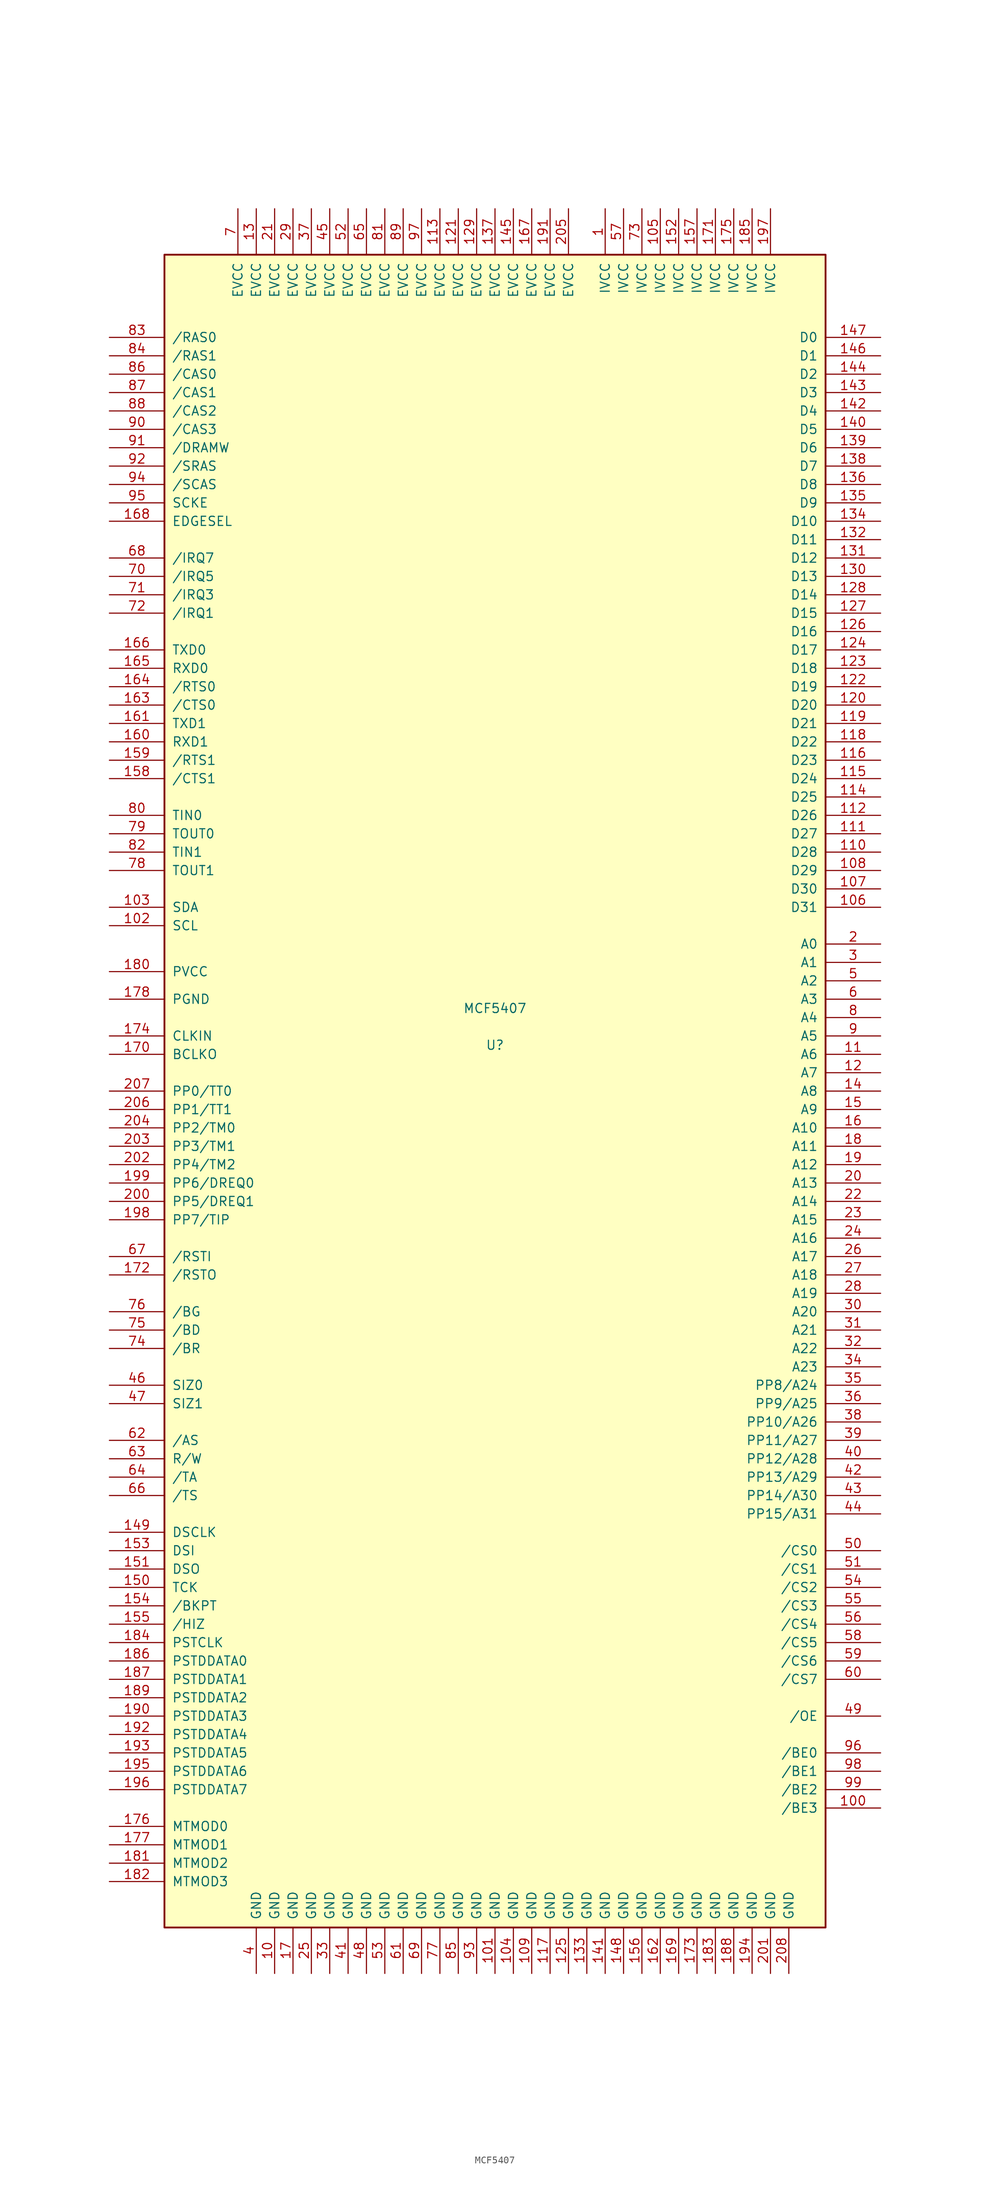
<source format=kicad_sym>
(kicad_symbol_lib
  (version 20211014)
  (generator kicad_symbol_editor)
  (symbol "MCF5407"
    (pin_names
      (offset 1.016))
    (property "Reference" "U"
      (at 0 6.35 0)
      (effects (font (size 1.27 1.27))))
    (property "Value" "MCF5407"
      (at 0 11.43 0)
      (effects (font (size 1.27 1.27))))
    (symbol "MCF5407_0_1"
      (rectangle (start -45.72 115.57) (end 45.72 -115.57) (stroke (width 0.254) (type default) (color 0 0 0 0)) (fill (type background))))
    (symbol "MCF5407_1_1"
      (pin power_in line (at 15.24 121.92 270) (length 6.35) (name "IVCC" (effects (font (size 1.27 1.27)))) (number "1" (effects (font (size 1.27 1.27)))))
      (pin power_in line (at -30.48 -121.92 90) (length 6.35) (name "GND" (effects (font (size 1.27 1.27)))) (number "10" (effects (font (size 1.27 1.27)))))
      (pin bidirectional line (at 53.34 -99.06 180) (length 7.62) (name "/BE3" (effects (font (size 1.27 1.27)))) (number "100" (effects (font (size 1.27 1.27)))))
      (pin power_in line (at 0 -121.92 90) (length 6.35) (name "GND" (effects (font (size 1.27 1.27)))) (number "101" (effects (font (size 1.27 1.27)))))
      (pin bidirectional line (at -53.34 22.86 0) (length 7.62) (name "SCL" (effects (font (size 1.27 1.27)))) (number "102" (effects (font (size 1.27 1.27)))))
      (pin bidirectional line (at -53.34 25.4 0) (length 7.62) (name "SDA" (effects (font (size 1.27 1.27)))) (number "103" (effects (font (size 1.27 1.27)))))
      (pin power_in line (at 2.54 -121.92 90) (length 6.35) (name "GND" (effects (font (size 1.27 1.27)))) (number "104" (effects (font (size 1.27 1.27)))))
      (pin power_in line (at 22.86 121.92 270) (length 6.35) (name "IVCC" (effects (font (size 1.27 1.27)))) (number "105" (effects (font (size 1.27 1.27)))))
      (pin bidirectional line (at 53.34 25.4 180) (length 7.62) (name "D31" (effects (font (size 1.27 1.27)))) (number "106" (effects (font (size 1.27 1.27)))))
      (pin bidirectional line (at 53.34 27.94 180) (length 7.62) (name "D30" (effects (font (size 1.27 1.27)))) (number "107" (effects (font (size 1.27 1.27)))))
      (pin bidirectional line (at 53.34 30.48 180) (length 7.62) (name "D29" (effects (font (size 1.27 1.27)))) (number "108" (effects (font (size 1.27 1.27)))))
      (pin power_in line (at 5.08 -121.92 90) (length 6.35) (name "GND" (effects (font (size 1.27 1.27)))) (number "109" (effects (font (size 1.27 1.27)))))
      (pin bidirectional line (at 53.34 5.08 180) (length 7.62) (name "A6" (effects (font (size 1.27 1.27)))) (number "11" (effects (font (size 1.27 1.27)))))
      (pin bidirectional line (at 53.34 33.02 180) (length 7.62) (name "D28" (effects (font (size 1.27 1.27)))) (number "110" (effects (font (size 1.27 1.27)))))
      (pin bidirectional line (at 53.34 35.56 180) (length 7.62) (name "D27" (effects (font (size 1.27 1.27)))) (number "111" (effects (font (size 1.27 1.27)))))
      (pin bidirectional line (at 53.34 38.1 180) (length 7.62) (name "D26" (effects (font (size 1.27 1.27)))) (number "112" (effects (font (size 1.27 1.27)))))
      (pin power_in line (at -7.62 121.92 270) (length 6.35) (name "EVCC" (effects (font (size 1.27 1.27)))) (number "113" (effects (font (size 1.27 1.27)))))
      (pin bidirectional line (at 53.34 40.64 180) (length 7.62) (name "D25" (effects (font (size 1.27 1.27)))) (number "114" (effects (font (size 1.27 1.27)))))
      (pin bidirectional line (at 53.34 43.18 180) (length 7.62) (name "D24" (effects (font (size 1.27 1.27)))) (number "115" (effects (font (size 1.27 1.27)))))
      (pin bidirectional line (at 53.34 45.72 180) (length 7.62) (name "D23" (effects (font (size 1.27 1.27)))) (number "116" (effects (font (size 1.27 1.27)))))
      (pin power_in line (at 7.62 -121.92 90) (length 6.35) (name "GND" (effects (font (size 1.27 1.27)))) (number "117" (effects (font (size 1.27 1.27)))))
      (pin bidirectional line (at 53.34 48.26 180) (length 7.62) (name "D22" (effects (font (size 1.27 1.27)))) (number "118" (effects (font (size 1.27 1.27)))))
      (pin bidirectional line (at 53.34 50.8 180) (length 7.62) (name "D21" (effects (font (size 1.27 1.27)))) (number "119" (effects (font (size 1.27 1.27)))))
      (pin bidirectional line (at 53.34 2.54 180) (length 7.62) (name "A7" (effects (font (size 1.27 1.27)))) (number "12" (effects (font (size 1.27 1.27)))))
      (pin bidirectional line (at 53.34 53.34 180) (length 7.62) (name "D20" (effects (font (size 1.27 1.27)))) (number "120" (effects (font (size 1.27 1.27)))))
      (pin power_in line (at -5.08 121.92 270) (length 6.35) (name "EVCC" (effects (font (size 1.27 1.27)))) (number "121" (effects (font (size 1.27 1.27)))))
      (pin bidirectional line (at 53.34 55.88 180) (length 7.62) (name "D19" (effects (font (size 1.27 1.27)))) (number "122" (effects (font (size 1.27 1.27)))))
      (pin bidirectional line (at 53.34 58.42 180) (length 7.62) (name "D18" (effects (font (size 1.27 1.27)))) (number "123" (effects (font (size 1.27 1.27)))))
      (pin bidirectional line (at 53.34 60.96 180) (length 7.62) (name "D17" (effects (font (size 1.27 1.27)))) (number "124" (effects (font (size 1.27 1.27)))))
      (pin power_in line (at 10.16 -121.92 90) (length 6.35) (name "GND" (effects (font (size 1.27 1.27)))) (number "125" (effects (font (size 1.27 1.27)))))
      (pin bidirectional line (at 53.34 63.5 180) (length 7.62) (name "D16" (effects (font (size 1.27 1.27)))) (number "126" (effects (font (size 1.27 1.27)))))
      (pin bidirectional line (at 53.34 66.04 180) (length 7.62) (name "D15" (effects (font (size 1.27 1.27)))) (number "127" (effects (font (size 1.27 1.27)))))
      (pin bidirectional line (at 53.34 68.58 180) (length 7.62) (name "D14" (effects (font (size 1.27 1.27)))) (number "128" (effects (font (size 1.27 1.27)))))
      (pin power_in line (at -2.54 121.92 270) (length 6.35) (name "EVCC" (effects (font (size 1.27 1.27)))) (number "129" (effects (font (size 1.27 1.27)))))
      (pin power_in line (at -33.02 121.92 270) (length 6.35) (name "EVCC" (effects (font (size 1.27 1.27)))) (number "13" (effects (font (size 1.27 1.27)))))
      (pin bidirectional line (at 53.34 71.12 180) (length 7.62) (name "D13" (effects (font (size 1.27 1.27)))) (number "130" (effects (font (size 1.27 1.27)))))
      (pin bidirectional line (at 53.34 73.66 180) (length 7.62) (name "D12" (effects (font (size 1.27 1.27)))) (number "131" (effects (font (size 1.27 1.27)))))
      (pin bidirectional line (at 53.34 76.2 180) (length 7.62) (name "D11" (effects (font (size 1.27 1.27)))) (number "132" (effects (font (size 1.27 1.27)))))
      (pin power_in line (at 12.7 -121.92 90) (length 6.35) (name "GND" (effects (font (size 1.27 1.27)))) (number "133" (effects (font (size 1.27 1.27)))))
      (pin bidirectional line (at 53.34 78.74 180) (length 7.62) (name "D10" (effects (font (size 1.27 1.27)))) (number "134" (effects (font (size 1.27 1.27)))))
      (pin bidirectional line (at 53.34 81.28 180) (length 7.62) (name "D9" (effects (font (size 1.27 1.27)))) (number "135" (effects (font (size 1.27 1.27)))))
      (pin bidirectional line (at 53.34 83.82 180) (length 7.62) (name "D8" (effects (font (size 1.27 1.27)))) (number "136" (effects (font (size 1.27 1.27)))))
      (pin power_in line (at 0 121.92 270) (length 6.35) (name "EVCC" (effects (font (size 1.27 1.27)))) (number "137" (effects (font (size 1.27 1.27)))))
      (pin bidirectional line (at 53.34 86.36 180) (length 7.62) (name "D7" (effects (font (size 1.27 1.27)))) (number "138" (effects (font (size 1.27 1.27)))))
      (pin bidirectional line (at 53.34 88.9 180) (length 7.62) (name "D6" (effects (font (size 1.27 1.27)))) (number "139" (effects (font (size 1.27 1.27)))))
      (pin bidirectional line (at 53.34 0 180) (length 7.62) (name "A8" (effects (font (size 1.27 1.27)))) (number "14" (effects (font (size 1.27 1.27)))))
      (pin bidirectional line (at 53.34 91.44 180) (length 7.62) (name "D5" (effects (font (size 1.27 1.27)))) (number "140" (effects (font (size 1.27 1.27)))))
      (pin power_in line (at 15.24 -121.92 90) (length 6.35) (name "GND" (effects (font (size 1.27 1.27)))) (number "141" (effects (font (size 1.27 1.27)))))
      (pin bidirectional line (at 53.34 93.98 180) (length 7.62) (name "D4" (effects (font (size 1.27 1.27)))) (number "142" (effects (font (size 1.27 1.27)))))
      (pin bidirectional line (at 53.34 96.52 180) (length 7.62) (name "D3" (effects (font (size 1.27 1.27)))) (number "143" (effects (font (size 1.27 1.27)))))
      (pin bidirectional line (at 53.34 99.06 180) (length 7.62) (name "D2" (effects (font (size 1.27 1.27)))) (number "144" (effects (font (size 1.27 1.27)))))
      (pin power_in line (at 2.54 121.92 270) (length 6.35) (name "EVCC" (effects (font (size 1.27 1.27)))) (number "145" (effects (font (size 1.27 1.27)))))
      (pin bidirectional line (at 53.34 101.6 180) (length 7.62) (name "D1" (effects (font (size 1.27 1.27)))) (number "146" (effects (font (size 1.27 1.27)))))
      (pin bidirectional line (at 53.34 104.14 180) (length 7.62) (name "D0" (effects (font (size 1.27 1.27)))) (number "147" (effects (font (size 1.27 1.27)))))
      (pin power_in line (at 17.78 -121.92 90) (length 6.35) (name "GND" (effects (font (size 1.27 1.27)))) (number "148" (effects (font (size 1.27 1.27)))))
      (pin input line (at -53.34 -60.96 0) (length 7.62) (name "DSCLK" (effects (font (size 1.27 1.27)))) (number "149" (effects (font (size 1.27 1.27)))))
      (pin bidirectional line (at 53.34 -2.54 180) (length 7.62) (name "A9" (effects (font (size 1.27 1.27)))) (number "15" (effects (font (size 1.27 1.27)))))
      (pin input line (at -53.34 -68.58 0) (length 7.62) (name "TCK" (effects (font (size 1.27 1.27)))) (number "150" (effects (font (size 1.27 1.27)))))
      (pin output line (at -53.34 -66.04 0) (length 7.62) (name "DSO" (effects (font (size 1.27 1.27)))) (number "151" (effects (font (size 1.27 1.27)))))
      (pin power_in line (at 25.4 121.92 270) (length 6.35) (name "IVCC" (effects (font (size 1.27 1.27)))) (number "152" (effects (font (size 1.27 1.27)))))
      (pin input line (at -53.34 -63.5 0) (length 7.62) (name "DSI" (effects (font (size 1.27 1.27)))) (number "153" (effects (font (size 1.27 1.27)))))
      (pin input line (at -53.34 -71.12 0) (length 7.62) (name "/BKPT" (effects (font (size 1.27 1.27)))) (number "154" (effects (font (size 1.27 1.27)))))
      (pin input line (at -53.34 -73.66 0) (length 7.62) (name "/HIZ" (effects (font (size 1.27 1.27)))) (number "155" (effects (font (size 1.27 1.27)))))
      (pin power_in line (at 20.32 -121.92 90) (length 6.35) (name "GND" (effects (font (size 1.27 1.27)))) (number "156" (effects (font (size 1.27 1.27)))))
      (pin power_in line (at 27.94 121.92 270) (length 6.35) (name "IVCC" (effects (font (size 1.27 1.27)))) (number "157" (effects (font (size 1.27 1.27)))))
      (pin input line (at -53.34 43.18 0) (length 7.62) (name "/CTS1" (effects (font (size 1.27 1.27)))) (number "158" (effects (font (size 1.27 1.27)))))
      (pin output line (at -53.34 45.72 0) (length 7.62) (name "/RTS1" (effects (font (size 1.27 1.27)))) (number "159" (effects (font (size 1.27 1.27)))))
      (pin bidirectional line (at 53.34 -5.08 180) (length 7.62) (name "A10" (effects (font (size 1.27 1.27)))) (number "16" (effects (font (size 1.27 1.27)))))
      (pin input line (at -53.34 48.26 0) (length 7.62) (name "RXD1" (effects (font (size 1.27 1.27)))) (number "160" (effects (font (size 1.27 1.27)))))
      (pin output line (at -53.34 50.8 0) (length 7.62) (name "TXD1" (effects (font (size 1.27 1.27)))) (number "161" (effects (font (size 1.27 1.27)))))
      (pin power_in line (at 22.86 -121.92 90) (length 6.35) (name "GND" (effects (font (size 1.27 1.27)))) (number "162" (effects (font (size 1.27 1.27)))))
      (pin input line (at -53.34 53.34 0) (length 7.62) (name "/CTS0" (effects (font (size 1.27 1.27)))) (number "163" (effects (font (size 1.27 1.27)))))
      (pin output line (at -53.34 55.88 0) (length 7.62) (name "/RTS0" (effects (font (size 1.27 1.27)))) (number "164" (effects (font (size 1.27 1.27)))))
      (pin input line (at -53.34 58.42 0) (length 7.62) (name "RXD0" (effects (font (size 1.27 1.27)))) (number "165" (effects (font (size 1.27 1.27)))))
      (pin output line (at -53.34 60.96 0) (length 7.62) (name "TXD0" (effects (font (size 1.27 1.27)))) (number "166" (effects (font (size 1.27 1.27)))))
      (pin power_in line (at 5.08 121.92 270) (length 6.35) (name "EVCC" (effects (font (size 1.27 1.27)))) (number "167" (effects (font (size 1.27 1.27)))))
      (pin input line (at -53.34 78.74 0) (length 7.62) (name "EDGESEL" (effects (font (size 1.27 1.27)))) (number "168" (effects (font (size 1.27 1.27)))))
      (pin power_in line (at 25.4 -121.92 90) (length 6.35) (name "GND" (effects (font (size 1.27 1.27)))) (number "169" (effects (font (size 1.27 1.27)))))
      (pin power_in line (at -27.94 -121.92 90) (length 6.35) (name "GND" (effects (font (size 1.27 1.27)))) (number "17" (effects (font (size 1.27 1.27)))))
      (pin output line (at -53.34 5.08 0) (length 7.62) (name "BCLKO" (effects (font (size 1.27 1.27)))) (number "170" (effects (font (size 1.27 1.27)))))
      (pin power_in line (at 30.48 121.92 270) (length 6.35) (name "IVCC" (effects (font (size 1.27 1.27)))) (number "171" (effects (font (size 1.27 1.27)))))
      (pin output line (at -53.34 -25.4 0) (length 7.62) (name "/RSTO" (effects (font (size 1.27 1.27)))) (number "172" (effects (font (size 1.27 1.27)))))
      (pin power_in line (at 27.94 -121.92 90) (length 6.35) (name "GND" (effects (font (size 1.27 1.27)))) (number "173" (effects (font (size 1.27 1.27)))))
      (pin output line (at -53.34 7.62 0) (length 7.62) (name "CLKIN" (effects (font (size 1.27 1.27)))) (number "174" (effects (font (size 1.27 1.27)))))
      (pin power_in line (at 33.02 121.92 270) (length 6.35) (name "IVCC" (effects (font (size 1.27 1.27)))) (number "175" (effects (font (size 1.27 1.27)))))
      (pin input line (at -53.34 -101.6 0) (length 7.62) (name "MTMOD0" (effects (font (size 1.27 1.27)))) (number "176" (effects (font (size 1.27 1.27)))))
      (pin input line (at -53.34 -104.14 0) (length 7.62) (name "MTMOD1" (effects (font (size 1.27 1.27)))) (number "177" (effects (font (size 1.27 1.27)))))
      (pin passive line (at -53.34 12.7 0) (length 7.62) (name "PGND" (effects (font (size 1.27 1.27)))) (number "178" (effects (font (size 1.27 1.27)))))
      (pin bidirectional line (at 53.34 -7.62 180) (length 7.62) (name "A11" (effects (font (size 1.27 1.27)))) (number "18" (effects (font (size 1.27 1.27)))))
      (pin passive line (at -53.34 16.51 0) (length 7.62) (name "PVCC" (effects (font (size 1.27 1.27)))) (number "180" (effects (font (size 1.27 1.27)))))
      (pin input line (at -53.34 -106.68 0) (length 7.62) (name "MTMOD2" (effects (font (size 1.27 1.27)))) (number "181" (effects (font (size 1.27 1.27)))))
      (pin input line (at -53.34 -109.22 0) (length 7.62) (name "MTMOD3" (effects (font (size 1.27 1.27)))) (number "182" (effects (font (size 1.27 1.27)))))
      (pin power_in line (at 30.48 -121.92 90) (length 6.35) (name "GND" (effects (font (size 1.27 1.27)))) (number "183" (effects (font (size 1.27 1.27)))))
      (pin output line (at -53.34 -76.2 0) (length 7.62) (name "PSTCLK" (effects (font (size 1.27 1.27)))) (number "184" (effects (font (size 1.27 1.27)))))
      (pin power_in line (at 35.56 121.92 270) (length 6.35) (name "IVCC" (effects (font (size 1.27 1.27)))) (number "185" (effects (font (size 1.27 1.27)))))
      (pin output line (at -53.34 -78.74 0) (length 7.62) (name "PSTDDATA0" (effects (font (size 1.27 1.27)))) (number "186" (effects (font (size 1.27 1.27)))))
      (pin output line (at -53.34 -81.28 0) (length 7.62) (name "PSTDDATA1" (effects (font (size 1.27 1.27)))) (number "187" (effects (font (size 1.27 1.27)))))
      (pin power_in line (at 33.02 -121.92 90) (length 6.35) (name "GND" (effects (font (size 1.27 1.27)))) (number "188" (effects (font (size 1.27 1.27)))))
      (pin output line (at -53.34 -83.82 0) (length 7.62) (name "PSTDDATA2" (effects (font (size 1.27 1.27)))) (number "189" (effects (font (size 1.27 1.27)))))
      (pin bidirectional line (at 53.34 -10.16 180) (length 7.62) (name "A12" (effects (font (size 1.27 1.27)))) (number "19" (effects (font (size 1.27 1.27)))))
      (pin output line (at -53.34 -86.36 0) (length 7.62) (name "PSTDDATA3" (effects (font (size 1.27 1.27)))) (number "190" (effects (font (size 1.27 1.27)))))
      (pin power_in line (at 7.62 121.92 270) (length 6.35) (name "EVCC" (effects (font (size 1.27 1.27)))) (number "191" (effects (font (size 1.27 1.27)))))
      (pin output line (at -53.34 -88.9 0) (length 7.62) (name "PSTDDATA4" (effects (font (size 1.27 1.27)))) (number "192" (effects (font (size 1.27 1.27)))))
      (pin output line (at -53.34 -91.44 0) (length 7.62) (name "PSTDDATA5" (effects (font (size 1.27 1.27)))) (number "193" (effects (font (size 1.27 1.27)))))
      (pin power_in line (at 35.56 -121.92 90) (length 6.35) (name "GND" (effects (font (size 1.27 1.27)))) (number "194" (effects (font (size 1.27 1.27)))))
      (pin output line (at -53.34 -93.98 0) (length 7.62) (name "PSTDDATA6" (effects (font (size 1.27 1.27)))) (number "195" (effects (font (size 1.27 1.27)))))
      (pin output line (at -53.34 -96.52 0) (length 7.62) (name "PSTDDATA7" (effects (font (size 1.27 1.27)))) (number "196" (effects (font (size 1.27 1.27)))))
      (pin power_in line (at 38.1 121.92 270) (length 6.35) (name "IVCC" (effects (font (size 1.27 1.27)))) (number "197" (effects (font (size 1.27 1.27)))))
      (pin bidirectional line (at -53.34 -17.78 0) (length 7.62) (name "PP7/TIP" (effects (font (size 1.27 1.27)))) (number "198" (effects (font (size 1.27 1.27)))))
      (pin bidirectional line (at -53.34 -12.7 0) (length 7.62) (name "PP6/DREQ0" (effects (font (size 1.27 1.27)))) (number "199" (effects (font (size 1.27 1.27)))))
      (pin bidirectional line (at 53.34 20.32 180) (length 7.62) (name "A0" (effects (font (size 1.27 1.27)))) (number "2" (effects (font (size 1.27 1.27)))))
      (pin bidirectional line (at 53.34 -12.7 180) (length 7.62) (name "A13" (effects (font (size 1.27 1.27)))) (number "20" (effects (font (size 1.27 1.27)))))
      (pin bidirectional line (at -53.34 -15.24 0) (length 7.62) (name "PP5/DREQ1" (effects (font (size 1.27 1.27)))) (number "200" (effects (font (size 1.27 1.27)))))
      (pin power_in line (at 38.1 -121.92 90) (length 6.35) (name "GND" (effects (font (size 1.27 1.27)))) (number "201" (effects (font (size 1.27 1.27)))))
      (pin bidirectional line (at -53.34 -10.16 0) (length 7.62) (name "PP4/TM2" (effects (font (size 1.27 1.27)))) (number "202" (effects (font (size 1.27 1.27)))))
      (pin bidirectional line (at -53.34 -7.62 0) (length 7.62) (name "PP3/TM1" (effects (font (size 1.27 1.27)))) (number "203" (effects (font (size 1.27 1.27)))))
      (pin bidirectional line (at -53.34 -5.08 0) (length 7.62) (name "PP2/TM0" (effects (font (size 1.27 1.27)))) (number "204" (effects (font (size 1.27 1.27)))))
      (pin power_in line (at 10.16 121.92 270) (length 6.35) (name "EVCC" (effects (font (size 1.27 1.27)))) (number "205" (effects (font (size 1.27 1.27)))))
      (pin bidirectional line (at -53.34 -2.54 0) (length 7.62) (name "PP1/TT1" (effects (font (size 1.27 1.27)))) (number "206" (effects (font (size 1.27 1.27)))))
      (pin bidirectional line (at -53.34 0 0) (length 7.62) (name "PP0/TT0" (effects (font (size 1.27 1.27)))) (number "207" (effects (font (size 1.27 1.27)))))
      (pin power_in line (at 40.64 -121.92 90) (length 6.35) (name "GND" (effects (font (size 1.27 1.27)))) (number "208" (effects (font (size 1.27 1.27)))))
      (pin power_in line (at -30.48 121.92 270) (length 6.35) (name "EVCC" (effects (font (size 1.27 1.27)))) (number "21" (effects (font (size 1.27 1.27)))))
      (pin bidirectional line (at 53.34 -15.24 180) (length 7.62) (name "A14" (effects (font (size 1.27 1.27)))) (number "22" (effects (font (size 1.27 1.27)))))
      (pin bidirectional line (at 53.34 -17.78 180) (length 7.62) (name "A15" (effects (font (size 1.27 1.27)))) (number "23" (effects (font (size 1.27 1.27)))))
      (pin bidirectional line (at 53.34 -20.32 180) (length 7.62) (name "A16" (effects (font (size 1.27 1.27)))) (number "24" (effects (font (size 1.27 1.27)))))
      (pin power_in line (at -25.4 -121.92 90) (length 6.35) (name "GND" (effects (font (size 1.27 1.27)))) (number "25" (effects (font (size 1.27 1.27)))))
      (pin bidirectional line (at 53.34 -22.86 180) (length 7.62) (name "A17" (effects (font (size 1.27 1.27)))) (number "26" (effects (font (size 1.27 1.27)))))
      (pin bidirectional line (at 53.34 -25.4 180) (length 7.62) (name "A18" (effects (font (size 1.27 1.27)))) (number "27" (effects (font (size 1.27 1.27)))))
      (pin bidirectional line (at 53.34 -27.94 180) (length 7.62) (name "A19" (effects (font (size 1.27 1.27)))) (number "28" (effects (font (size 1.27 1.27)))))
      (pin power_in line (at -27.94 121.92 270) (length 6.35) (name "EVCC" (effects (font (size 1.27 1.27)))) (number "29" (effects (font (size 1.27 1.27)))))
      (pin bidirectional line (at 53.34 17.78 180) (length 7.62) (name "A1" (effects (font (size 1.27 1.27)))) (number "3" (effects (font (size 1.27 1.27)))))
      (pin bidirectional line (at 53.34 -30.48 180) (length 7.62) (name "A20" (effects (font (size 1.27 1.27)))) (number "30" (effects (font (size 1.27 1.27)))))
      (pin bidirectional line (at 53.34 -33.02 180) (length 7.62) (name "A21" (effects (font (size 1.27 1.27)))) (number "31" (effects (font (size 1.27 1.27)))))
      (pin bidirectional line (at 53.34 -35.56 180) (length 7.62) (name "A22" (effects (font (size 1.27 1.27)))) (number "32" (effects (font (size 1.27 1.27)))))
      (pin power_in line (at -22.86 -121.92 90) (length 6.35) (name "GND" (effects (font (size 1.27 1.27)))) (number "33" (effects (font (size 1.27 1.27)))))
      (pin bidirectional line (at 53.34 -38.1 180) (length 7.62) (name "A23" (effects (font (size 1.27 1.27)))) (number "34" (effects (font (size 1.27 1.27)))))
      (pin bidirectional line (at 53.34 -40.64 180) (length 7.62) (name "PP8/A24" (effects (font (size 1.27 1.27)))) (number "35" (effects (font (size 1.27 1.27)))))
      (pin bidirectional line (at 53.34 -43.18 180) (length 7.62) (name "PP9/A25" (effects (font (size 1.27 1.27)))) (number "36" (effects (font (size 1.27 1.27)))))
      (pin power_in line (at -25.4 121.92 270) (length 6.35) (name "EVCC" (effects (font (size 1.27 1.27)))) (number "37" (effects (font (size 1.27 1.27)))))
      (pin bidirectional line (at 53.34 -45.72 180) (length 7.62) (name "PP10/A26" (effects (font (size 1.27 1.27)))) (number "38" (effects (font (size 1.27 1.27)))))
      (pin bidirectional line (at 53.34 -48.26 180) (length 7.62) (name "PP11/A27" (effects (font (size 1.27 1.27)))) (number "39" (effects (font (size 1.27 1.27)))))
      (pin power_in line (at -33.02 -121.92 90) (length 6.35) (name "GND" (effects (font (size 1.27 1.27)))) (number "4" (effects (font (size 1.27 1.27)))))
      (pin bidirectional line (at 53.34 -50.8 180) (length 7.62) (name "PP12/A28" (effects (font (size 1.27 1.27)))) (number "40" (effects (font (size 1.27 1.27)))))
      (pin power_in line (at -20.32 -121.92 90) (length 6.35) (name "GND" (effects (font (size 1.27 1.27)))) (number "41" (effects (font (size 1.27 1.27)))))
      (pin bidirectional line (at 53.34 -53.34 180) (length 7.62) (name "PP13/A29" (effects (font (size 1.27 1.27)))) (number "42" (effects (font (size 1.27 1.27)))))
      (pin bidirectional line (at 53.34 -55.88 180) (length 7.62) (name "PP14/A30" (effects (font (size 1.27 1.27)))) (number "43" (effects (font (size 1.27 1.27)))))
      (pin bidirectional line (at 53.34 -58.42 180) (length 7.62) (name "PP15/A31" (effects (font (size 1.27 1.27)))) (number "44" (effects (font (size 1.27 1.27)))))
      (pin power_in line (at -22.86 121.92 270) (length 6.35) (name "EVCC" (effects (font (size 1.27 1.27)))) (number "45" (effects (font (size 1.27 1.27)))))
      (pin bidirectional line (at -53.34 -40.64 0) (length 7.62) (name "SIZ0" (effects (font (size 1.27 1.27)))) (number "46" (effects (font (size 1.27 1.27)))))
      (pin bidirectional line (at -53.34 -43.18 0) (length 7.62) (name "SIZ1" (effects (font (size 1.27 1.27)))) (number "47" (effects (font (size 1.27 1.27)))))
      (pin power_in line (at -17.78 -121.92 90) (length 6.35) (name "GND" (effects (font (size 1.27 1.27)))) (number "48" (effects (font (size 1.27 1.27)))))
      (pin output line (at 53.34 -86.36 180) (length 7.62) (name "/OE" (effects (font (size 1.27 1.27)))) (number "49" (effects (font (size 1.27 1.27)))))
      (pin bidirectional line (at 53.34 15.24 180) (length 7.62) (name "A2" (effects (font (size 1.27 1.27)))) (number "5" (effects (font (size 1.27 1.27)))))
      (pin output line (at 53.34 -63.5 180) (length 7.62) (name "/CS0" (effects (font (size 1.27 1.27)))) (number "50" (effects (font (size 1.27 1.27)))))
      (pin output line (at 53.34 -66.04 180) (length 7.62) (name "/CS1" (effects (font (size 1.27 1.27)))) (number "51" (effects (font (size 1.27 1.27)))))
      (pin power_in line (at -20.32 121.92 270) (length 6.35) (name "EVCC" (effects (font (size 1.27 1.27)))) (number "52" (effects (font (size 1.27 1.27)))))
      (pin power_in line (at -15.24 -121.92 90) (length 6.35) (name "GND" (effects (font (size 1.27 1.27)))) (number "53" (effects (font (size 1.27 1.27)))))
      (pin output line (at 53.34 -68.58 180) (length 7.62) (name "/CS2" (effects (font (size 1.27 1.27)))) (number "54" (effects (font (size 1.27 1.27)))))
      (pin output line (at 53.34 -71.12 180) (length 7.62) (name "/CS3" (effects (font (size 1.27 1.27)))) (number "55" (effects (font (size 1.27 1.27)))))
      (pin output line (at 53.34 -73.66 180) (length 7.62) (name "/CS4" (effects (font (size 1.27 1.27)))) (number "56" (effects (font (size 1.27 1.27)))))
      (pin power_in line (at 17.78 121.92 270) (length 6.35) (name "IVCC" (effects (font (size 1.27 1.27)))) (number "57" (effects (font (size 1.27 1.27)))))
      (pin output line (at 53.34 -76.2 180) (length 7.62) (name "/CS5" (effects (font (size 1.27 1.27)))) (number "58" (effects (font (size 1.27 1.27)))))
      (pin output line (at 53.34 -78.74 180) (length 7.62) (name "/CS6" (effects (font (size 1.27 1.27)))) (number "59" (effects (font (size 1.27 1.27)))))
      (pin bidirectional line (at 53.34 12.7 180) (length 7.62) (name "A3" (effects (font (size 1.27 1.27)))) (number "6" (effects (font (size 1.27 1.27)))))
      (pin output line (at 53.34 -81.28 180) (length 7.62) (name "/CS7" (effects (font (size 1.27 1.27)))) (number "60" (effects (font (size 1.27 1.27)))))
      (pin power_in line (at -12.7 -121.92 90) (length 6.35) (name "GND" (effects (font (size 1.27 1.27)))) (number "61" (effects (font (size 1.27 1.27)))))
      (pin bidirectional line (at -53.34 -48.26 0) (length 7.62) (name "/AS" (effects (font (size 1.27 1.27)))) (number "62" (effects (font (size 1.27 1.27)))))
      (pin bidirectional line (at -53.34 -50.8 0) (length 7.62) (name "R/W" (effects (font (size 1.27 1.27)))) (number "63" (effects (font (size 1.27 1.27)))))
      (pin bidirectional line (at -53.34 -53.34 0) (length 7.62) (name "/TA" (effects (font (size 1.27 1.27)))) (number "64" (effects (font (size 1.27 1.27)))))
      (pin power_in line (at -17.78 121.92 270) (length 6.35) (name "EVCC" (effects (font (size 1.27 1.27)))) (number "65" (effects (font (size 1.27 1.27)))))
      (pin bidirectional line (at -53.34 -55.88 0) (length 7.62) (name "/TS" (effects (font (size 1.27 1.27)))) (number "66" (effects (font (size 1.27 1.27)))))
      (pin input line (at -53.34 -22.86 0) (length 7.62) (name "/RSTI" (effects (font (size 1.27 1.27)))) (number "67" (effects (font (size 1.27 1.27)))))
      (pin input line (at -53.34 73.66 0) (length 7.62) (name "/IRQ7" (effects (font (size 1.27 1.27)))) (number "68" (effects (font (size 1.27 1.27)))))
      (pin power_in line (at -10.16 -121.92 90) (length 6.35) (name "GND" (effects (font (size 1.27 1.27)))) (number "69" (effects (font (size 1.27 1.27)))))
      (pin power_in line (at -35.56 121.92 270) (length 6.35) (name "EVCC" (effects (font (size 1.27 1.27)))) (number "7" (effects (font (size 1.27 1.27)))))
      (pin input line (at -53.34 71.12 0) (length 7.62) (name "/IRQ5" (effects (font (size 1.27 1.27)))) (number "70" (effects (font (size 1.27 1.27)))))
      (pin input line (at -53.34 68.58 0) (length 7.62) (name "/IRQ3" (effects (font (size 1.27 1.27)))) (number "71" (effects (font (size 1.27 1.27)))))
      (pin input line (at -53.34 66.04 0) (length 7.62) (name "/IRQ1" (effects (font (size 1.27 1.27)))) (number "72" (effects (font (size 1.27 1.27)))))
      (pin power_in line (at 20.32 121.92 270) (length 6.35) (name "IVCC" (effects (font (size 1.27 1.27)))) (number "73" (effects (font (size 1.27 1.27)))))
      (pin output line (at -53.34 -35.56 0) (length 7.62) (name "/BR" (effects (font (size 1.27 1.27)))) (number "74" (effects (font (size 1.27 1.27)))))
      (pin output line (at -53.34 -33.02 0) (length 7.62) (name "/BD" (effects (font (size 1.27 1.27)))) (number "75" (effects (font (size 1.27 1.27)))))
      (pin input line (at -53.34 -30.48 0) (length 7.62) (name "/BG" (effects (font (size 1.27 1.27)))) (number "76" (effects (font (size 1.27 1.27)))))
      (pin power_in line (at -7.62 -121.92 90) (length 6.35) (name "GND" (effects (font (size 1.27 1.27)))) (number "77" (effects (font (size 1.27 1.27)))))
      (pin output line (at -53.34 30.48 0) (length 7.62) (name "TOUT1" (effects (font (size 1.27 1.27)))) (number "78" (effects (font (size 1.27 1.27)))))
      (pin output line (at -53.34 35.56 0) (length 7.62) (name "TOUT0" (effects (font (size 1.27 1.27)))) (number "79" (effects (font (size 1.27 1.27)))))
      (pin bidirectional line (at 53.34 10.16 180) (length 7.62) (name "A4" (effects (font (size 1.27 1.27)))) (number "8" (effects (font (size 1.27 1.27)))))
      (pin input line (at -53.34 38.1 0) (length 7.62) (name "TIN0" (effects (font (size 1.27 1.27)))) (number "80" (effects (font (size 1.27 1.27)))))
      (pin power_in line (at -15.24 121.92 270) (length 6.35) (name "EVCC" (effects (font (size 1.27 1.27)))) (number "81" (effects (font (size 1.27 1.27)))))
      (pin input line (at -53.34 33.02 0) (length 7.62) (name "TIN1" (effects (font (size 1.27 1.27)))) (number "82" (effects (font (size 1.27 1.27)))))
      (pin output line (at -53.34 104.14 0) (length 7.62) (name "/RAS0" (effects (font (size 1.27 1.27)))) (number "83" (effects (font (size 1.27 1.27)))))
      (pin output line (at -53.34 101.6 0) (length 7.62) (name "/RAS1" (effects (font (size 1.27 1.27)))) (number "84" (effects (font (size 1.27 1.27)))))
      (pin power_in line (at -5.08 -121.92 90) (length 6.35) (name "GND" (effects (font (size 1.27 1.27)))) (number "85" (effects (font (size 1.27 1.27)))))
      (pin output line (at -53.34 99.06 0) (length 7.62) (name "/CAS0" (effects (font (size 1.27 1.27)))) (number "86" (effects (font (size 1.27 1.27)))))
      (pin output line (at -53.34 96.52 0) (length 7.62) (name "/CAS1" (effects (font (size 1.27 1.27)))) (number "87" (effects (font (size 1.27 1.27)))))
      (pin output line (at -53.34 93.98 0) (length 7.62) (name "/CAS2" (effects (font (size 1.27 1.27)))) (number "88" (effects (font (size 1.27 1.27)))))
      (pin power_in line (at -12.7 121.92 270) (length 6.35) (name "EVCC" (effects (font (size 1.27 1.27)))) (number "89" (effects (font (size 1.27 1.27)))))
      (pin bidirectional line (at 53.34 7.62 180) (length 7.62) (name "A5" (effects (font (size 1.27 1.27)))) (number "9" (effects (font (size 1.27 1.27)))))
      (pin output line (at -53.34 91.44 0) (length 7.62) (name "/CAS3" (effects (font (size 1.27 1.27)))) (number "90" (effects (font (size 1.27 1.27)))))
      (pin output line (at -53.34 88.9 0) (length 7.62) (name "/DRAMW" (effects (font (size 1.27 1.27)))) (number "91" (effects (font (size 1.27 1.27)))))
      (pin output line (at -53.34 86.36 0) (length 7.62) (name "/SRAS" (effects (font (size 1.27 1.27)))) (number "92" (effects (font (size 1.27 1.27)))))
      (pin power_in line (at -2.54 -121.92 90) (length 6.35) (name "GND" (effects (font (size 1.27 1.27)))) (number "93" (effects (font (size 1.27 1.27)))))
      (pin output line (at -53.34 83.82 0) (length 7.62) (name "/SCAS" (effects (font (size 1.27 1.27)))) (number "94" (effects (font (size 1.27 1.27)))))
      (pin output line (at -53.34 81.28 0) (length 7.62) (name "SCKE" (effects (font (size 1.27 1.27)))) (number "95" (effects (font (size 1.27 1.27)))))
      (pin bidirectional line (at 53.34 -91.44 180) (length 7.62) (name "/BE0" (effects (font (size 1.27 1.27)))) (number "96" (effects (font (size 1.27 1.27)))))
      (pin power_in line (at -10.16 121.92 270) (length 6.35) (name "EVCC" (effects (font (size 1.27 1.27)))) (number "97" (effects (font (size 1.27 1.27)))))
      (pin bidirectional line (at 53.34 -93.98 180) (length 7.62) (name "/BE1" (effects (font (size 1.27 1.27)))) (number "98" (effects (font (size 1.27 1.27)))))
      (pin bidirectional line (at 53.34 -96.52 180) (length 7.62) (name "/BE2" (effects (font (size 1.27 1.27)))) (number "99" (effects (font (size 1.27 1.27))))))))
</source>
